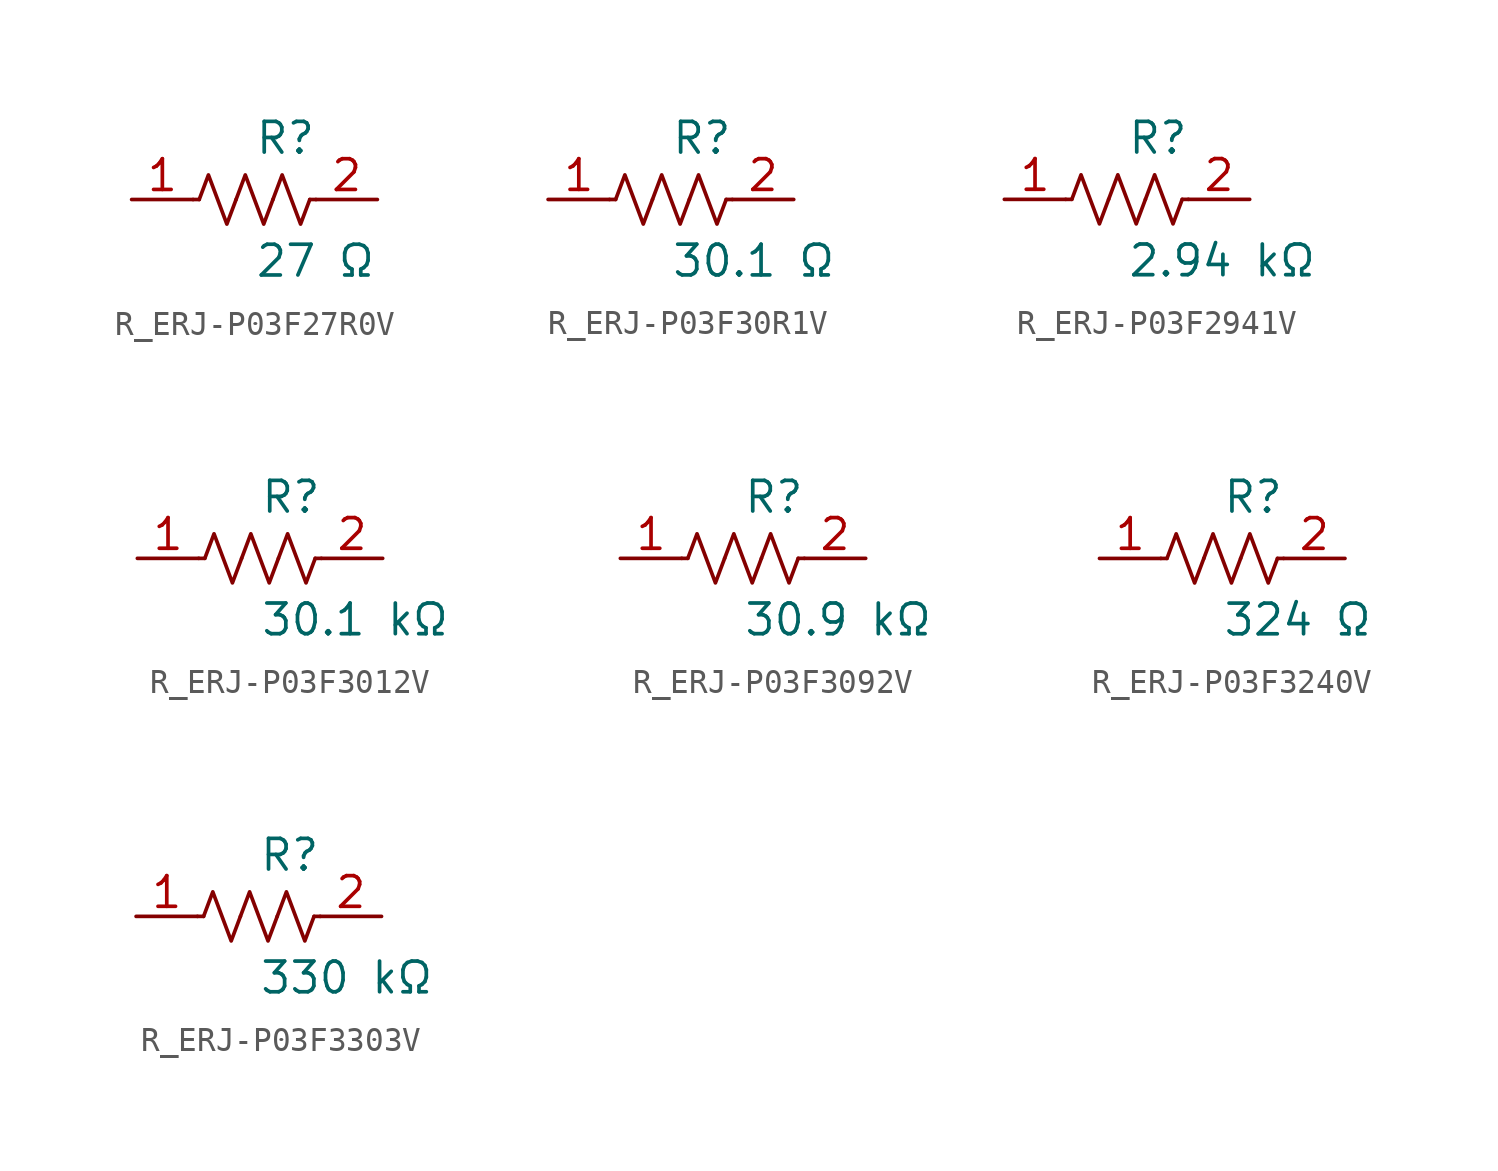
<source format=kicad_sym>
(kicad_symbol_lib
  (version 20231120)
  (generator kicad_symbol_editor)
  (generator_version 8.0)
  (symbol "R_ERJ-P03F27R0V"
    (pin_names
      (offset 0.254))
    (property "Reference" "R"
      (at 0.0 2.54 0)
      (effects (font (size 1.27 1.27)) (justify left)))
    (property "Value" "27 Ω"
      (at 0.0 -2.54 0)
      (effects (font (size 1.27 1.27)) (justify left)))
    (symbol "R_ERJ-P03F27R0V_0_1"
      (polyline (pts (xy 2.286 0) (xy 2.54 0)) (stroke (width 0) (type default)) (fill (type none)))
      (polyline (pts (xy -2.286 0) (xy -2.54 0)) (stroke (width 0) (type default)) (fill (type none)))
      (polyline (pts (xy 0.762 0) (xy 1.143 1.016) (xy 1.524 0) (xy 1.905 -1.016) (xy 2.286 0)) (stroke (width 0) (type default)) (fill (type none)))
      (polyline (pts (xy -0.762 0) (xy -0.381 1.016) (xy 0 0) (xy 0.381 -1.016) (xy 0.762 0)) (stroke (width 0) (type default)) (fill (type none)))
      (polyline (pts (xy -2.286 0) (xy -1.905 1.016) (xy -1.524 0) (xy -1.143 -1.016) (xy -0.762 0)) (stroke (width 0) (type default)) (fill (type none))))
    (pin unspecified line
      (at -5.08 0 0)
      (length 2.54)
      (name "" (effects (font (size 1.27 1.27))))
      (number "1" (effects (font (size 1.27 1.27)))))
    (pin unspecified line
      (at 5.08 0 180)
      (length 2.54)
      (name "" (effects (font (size 1.27 1.27))))
      (number "2" (effects (font (size 1.27 1.27))))))
  (symbol "R_ERJ-P03F30R1V"
    (pin_names
      (offset 0.254))
    (property "Reference" "R"
      (at 0.0 2.54 0)
      (effects (font (size 1.27 1.27)) (justify left)))
    (property "Value" "30.1 Ω"
      (at 0.0 -2.54 0)
      (effects (font (size 1.27 1.27)) (justify left)))
    (symbol "R_ERJ-P03F30R1V_0_1"
      (polyline (pts (xy 2.286 0) (xy 2.54 0)) (stroke (width 0) (type default)) (fill (type none)))
      (polyline (pts (xy -2.286 0) (xy -2.54 0)) (stroke (width 0) (type default)) (fill (type none)))
      (polyline (pts (xy 0.762 0) (xy 1.143 1.016) (xy 1.524 0) (xy 1.905 -1.016) (xy 2.286 0)) (stroke (width 0) (type default)) (fill (type none)))
      (polyline (pts (xy -0.762 0) (xy -0.381 1.016) (xy 0 0) (xy 0.381 -1.016) (xy 0.762 0)) (stroke (width 0) (type default)) (fill (type none)))
      (polyline (pts (xy -2.286 0) (xy -1.905 1.016) (xy -1.524 0) (xy -1.143 -1.016) (xy -0.762 0)) (stroke (width 0) (type default)) (fill (type none))))
    (pin unspecified line
      (at -5.08 0 0)
      (length 2.54)
      (name "" (effects (font (size 1.27 1.27))))
      (number "1" (effects (font (size 1.27 1.27)))))
    (pin unspecified line
      (at 5.08 0 180)
      (length 2.54)
      (name "" (effects (font (size 1.27 1.27))))
      (number "2" (effects (font (size 1.27 1.27))))))
  (symbol "R_ERJ-P03F2941V"
    (pin_names
      (offset 0.254))
    (property "Reference" "R"
      (at 0.0 2.54 0)
      (effects (font (size 1.27 1.27)) (justify left)))
    (property "Value" "2.94 kΩ"
      (at 0.0 -2.54 0)
      (effects (font (size 1.27 1.27)) (justify left)))
    (symbol "R_ERJ-P03F2941V_0_1"
      (polyline (pts (xy 2.286 0) (xy 2.54 0)) (stroke (width 0) (type default)) (fill (type none)))
      (polyline (pts (xy -2.286 0) (xy -2.54 0)) (stroke (width 0) (type default)) (fill (type none)))
      (polyline (pts (xy 0.762 0) (xy 1.143 1.016) (xy 1.524 0) (xy 1.905 -1.016) (xy 2.286 0)) (stroke (width 0) (type default)) (fill (type none)))
      (polyline (pts (xy -0.762 0) (xy -0.381 1.016) (xy 0 0) (xy 0.381 -1.016) (xy 0.762 0)) (stroke (width 0) (type default)) (fill (type none)))
      (polyline (pts (xy -2.286 0) (xy -1.905 1.016) (xy -1.524 0) (xy -1.143 -1.016) (xy -0.762 0)) (stroke (width 0) (type default)) (fill (type none))))
    (pin unspecified line
      (at -5.08 0 0)
      (length 2.54)
      (name "" (effects (font (size 1.27 1.27))))
      (number "1" (effects (font (size 1.27 1.27)))))
    (pin unspecified line
      (at 5.08 0 180)
      (length 2.54)
      (name "" (effects (font (size 1.27 1.27))))
      (number "2" (effects (font (size 1.27 1.27))))))
  (symbol "R_ERJ-P03F3012V"
    (pin_names
      (offset 0.254))
    (property "Reference" "R"
      (at 0.0 2.54 0)
      (effects (font (size 1.27 1.27)) (justify left)))
    (property "Value" "30.1 kΩ"
      (at 0.0 -2.54 0)
      (effects (font (size 1.27 1.27)) (justify left)))
    (symbol "R_ERJ-P03F3012V_0_1"
      (polyline (pts (xy 2.286 0) (xy 2.54 0)) (stroke (width 0) (type default)) (fill (type none)))
      (polyline (pts (xy -2.286 0) (xy -2.54 0)) (stroke (width 0) (type default)) (fill (type none)))
      (polyline (pts (xy 0.762 0) (xy 1.143 1.016) (xy 1.524 0) (xy 1.905 -1.016) (xy 2.286 0)) (stroke (width 0) (type default)) (fill (type none)))
      (polyline (pts (xy -0.762 0) (xy -0.381 1.016) (xy 0 0) (xy 0.381 -1.016) (xy 0.762 0)) (stroke (width 0) (type default)) (fill (type none)))
      (polyline (pts (xy -2.286 0) (xy -1.905 1.016) (xy -1.524 0) (xy -1.143 -1.016) (xy -0.762 0)) (stroke (width 0) (type default)) (fill (type none))))
    (pin unspecified line
      (at -5.08 0 0)
      (length 2.54)
      (name "" (effects (font (size 1.27 1.27))))
      (number "1" (effects (font (size 1.27 1.27)))))
    (pin unspecified line
      (at 5.08 0 180)
      (length 2.54)
      (name "" (effects (font (size 1.27 1.27))))
      (number "2" (effects (font (size 1.27 1.27))))))
  (symbol "R_ERJ-P03F3092V"
    (pin_names
      (offset 0.254))
    (property "Reference" "R"
      (at 0.0 2.54 0)
      (effects (font (size 1.27 1.27)) (justify left)))
    (property "Value" "30.9 kΩ"
      (at 0.0 -2.54 0)
      (effects (font (size 1.27 1.27)) (justify left)))
    (symbol "R_ERJ-P03F3092V_0_1"
      (polyline (pts (xy 2.286 0) (xy 2.54 0)) (stroke (width 0) (type default)) (fill (type none)))
      (polyline (pts (xy -2.286 0) (xy -2.54 0)) (stroke (width 0) (type default)) (fill (type none)))
      (polyline (pts (xy 0.762 0) (xy 1.143 1.016) (xy 1.524 0) (xy 1.905 -1.016) (xy 2.286 0)) (stroke (width 0) (type default)) (fill (type none)))
      (polyline (pts (xy -0.762 0) (xy -0.381 1.016) (xy 0 0) (xy 0.381 -1.016) (xy 0.762 0)) (stroke (width 0) (type default)) (fill (type none)))
      (polyline (pts (xy -2.286 0) (xy -1.905 1.016) (xy -1.524 0) (xy -1.143 -1.016) (xy -0.762 0)) (stroke (width 0) (type default)) (fill (type none))))
    (pin unspecified line
      (at -5.08 0 0)
      (length 2.54)
      (name "" (effects (font (size 1.27 1.27))))
      (number "1" (effects (font (size 1.27 1.27)))))
    (pin unspecified line
      (at 5.08 0 180)
      (length 2.54)
      (name "" (effects (font (size 1.27 1.27))))
      (number "2" (effects (font (size 1.27 1.27))))))
  (symbol "R_ERJ-P03F3240V"
    (pin_names
      (offset 0.254))
    (property "Reference" "R"
      (at 0.0 2.54 0)
      (effects (font (size 1.27 1.27)) (justify left)))
    (property "Value" "324 Ω"
      (at 0.0 -2.54 0)
      (effects (font (size 1.27 1.27)) (justify left)))
    (symbol "R_ERJ-P03F3240V_0_1"
      (polyline (pts (xy 2.286 0) (xy 2.54 0)) (stroke (width 0) (type default)) (fill (type none)))
      (polyline (pts (xy -2.286 0) (xy -2.54 0)) (stroke (width 0) (type default)) (fill (type none)))
      (polyline (pts (xy 0.762 0) (xy 1.143 1.016) (xy 1.524 0) (xy 1.905 -1.016) (xy 2.286 0)) (stroke (width 0) (type default)) (fill (type none)))
      (polyline (pts (xy -0.762 0) (xy -0.381 1.016) (xy 0 0) (xy 0.381 -1.016) (xy 0.762 0)) (stroke (width 0) (type default)) (fill (type none)))
      (polyline (pts (xy -2.286 0) (xy -1.905 1.016) (xy -1.524 0) (xy -1.143 -1.016) (xy -0.762 0)) (stroke (width 0) (type default)) (fill (type none))))
    (pin unspecified line
      (at -5.08 0 0)
      (length 2.54)
      (name "" (effects (font (size 1.27 1.27))))
      (number "1" (effects (font (size 1.27 1.27)))))
    (pin unspecified line
      (at 5.08 0 180)
      (length 2.54)
      (name "" (effects (font (size 1.27 1.27))))
      (number "2" (effects (font (size 1.27 1.27))))))
  (symbol "R_ERJ-P03F3303V"
    (pin_names
      (offset 0.254))
    (property "Reference" "R"
      (at 0.0 2.54 0)
      (effects (font (size 1.27 1.27)) (justify left)))
    (property "Value" "330 kΩ"
      (at 0.0 -2.54 0)
      (effects (font (size 1.27 1.27)) (justify left)))
    (symbol "R_ERJ-P03F3303V_0_1"
      (polyline (pts (xy 2.286 0) (xy 2.54 0)) (stroke (width 0) (type default)) (fill (type none)))
      (polyline (pts (xy -2.286 0) (xy -2.54 0)) (stroke (width 0) (type default)) (fill (type none)))
      (polyline (pts (xy 0.762 0) (xy 1.143 1.016) (xy 1.524 0) (xy 1.905 -1.016) (xy 2.286 0)) (stroke (width 0) (type default)) (fill (type none)))
      (polyline (pts (xy -0.762 0) (xy -0.381 1.016) (xy 0 0) (xy 0.381 -1.016) (xy 0.762 0)) (stroke (width 0) (type default)) (fill (type none)))
      (polyline (pts (xy -2.286 0) (xy -1.905 1.016) (xy -1.524 0) (xy -1.143 -1.016) (xy -0.762 0)) (stroke (width 0) (type default)) (fill (type none))))
    (pin unspecified line
      (at -5.08 0 0)
      (length 2.54)
      (name "" (effects (font (size 1.27 1.27))))
      (number "1" (effects (font (size 1.27 1.27)))))
    (pin unspecified line
      (at 5.08 0 180)
      (length 2.54)
      (name "" (effects (font (size 1.27 1.27))))
      (number "2" (effects (font (size 1.27 1.27)))))))
</source>
